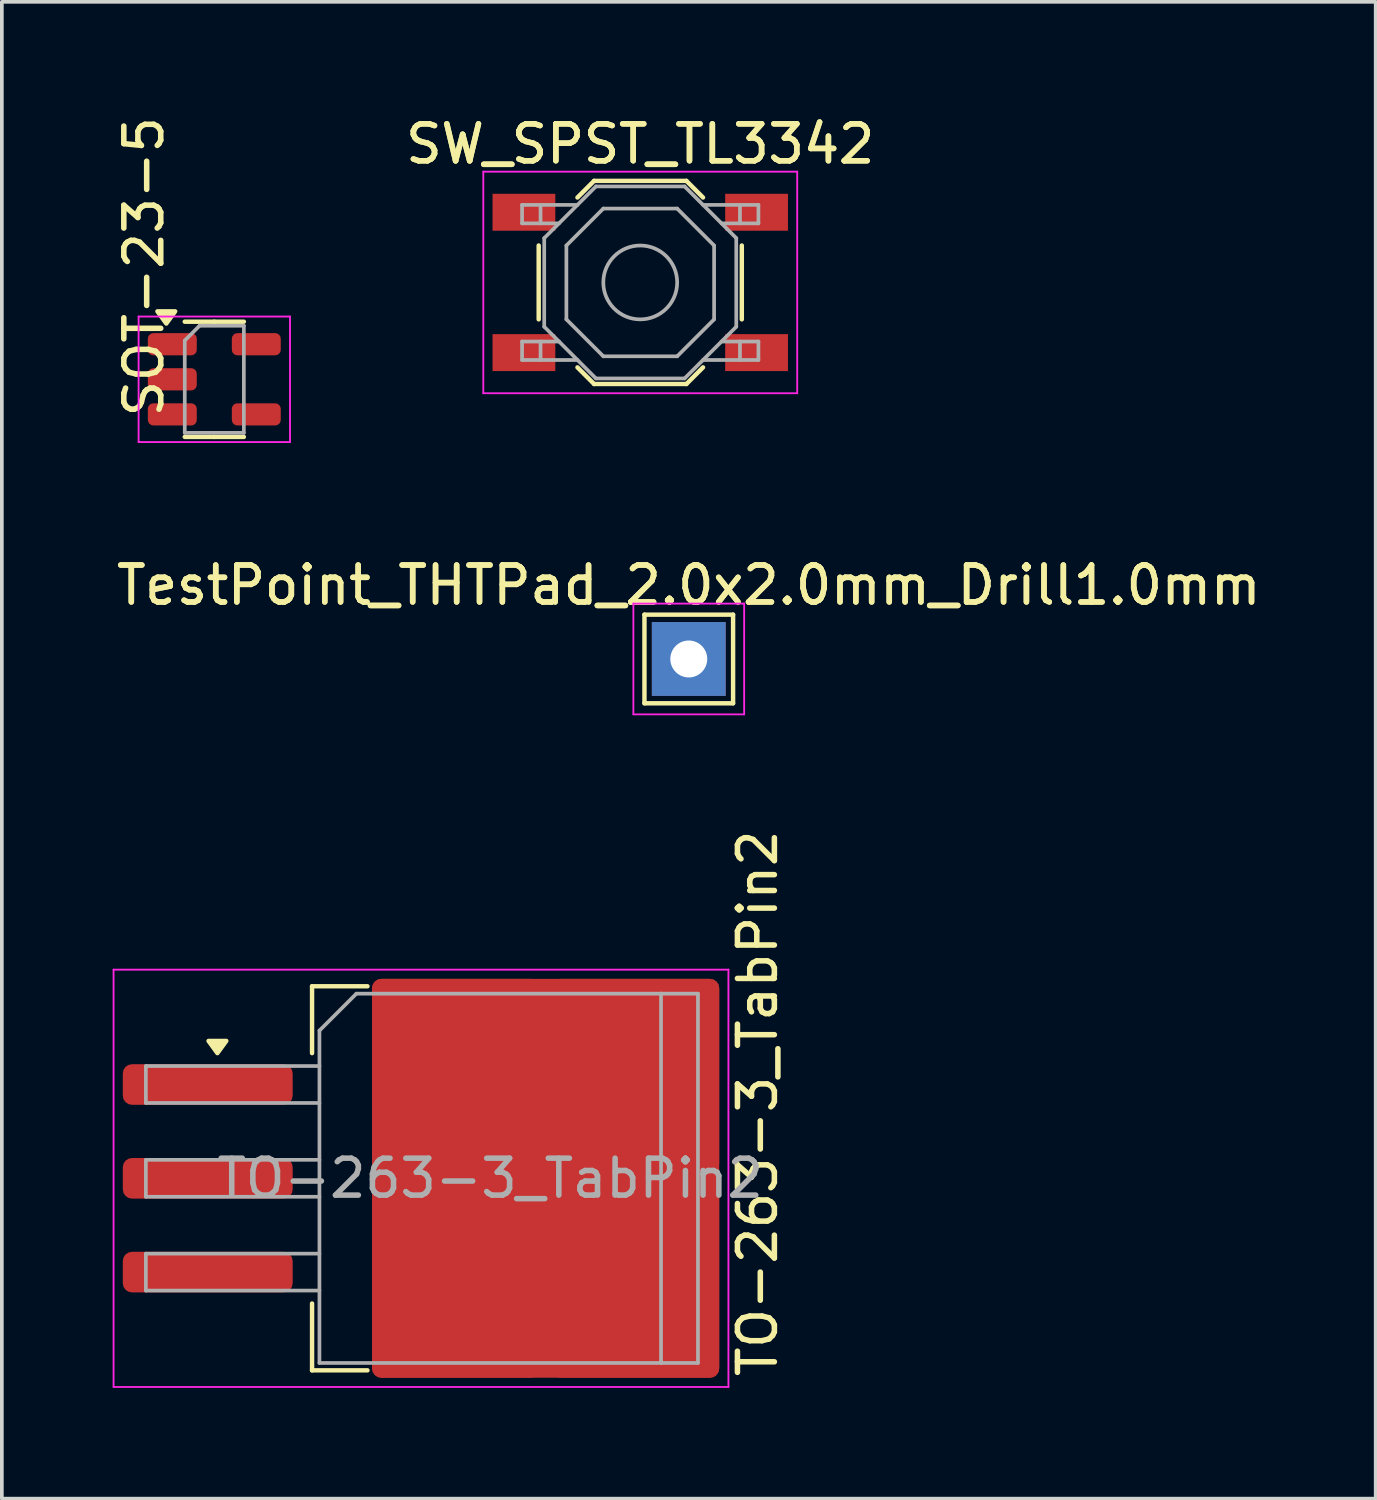
<source format=kicad_pcb>
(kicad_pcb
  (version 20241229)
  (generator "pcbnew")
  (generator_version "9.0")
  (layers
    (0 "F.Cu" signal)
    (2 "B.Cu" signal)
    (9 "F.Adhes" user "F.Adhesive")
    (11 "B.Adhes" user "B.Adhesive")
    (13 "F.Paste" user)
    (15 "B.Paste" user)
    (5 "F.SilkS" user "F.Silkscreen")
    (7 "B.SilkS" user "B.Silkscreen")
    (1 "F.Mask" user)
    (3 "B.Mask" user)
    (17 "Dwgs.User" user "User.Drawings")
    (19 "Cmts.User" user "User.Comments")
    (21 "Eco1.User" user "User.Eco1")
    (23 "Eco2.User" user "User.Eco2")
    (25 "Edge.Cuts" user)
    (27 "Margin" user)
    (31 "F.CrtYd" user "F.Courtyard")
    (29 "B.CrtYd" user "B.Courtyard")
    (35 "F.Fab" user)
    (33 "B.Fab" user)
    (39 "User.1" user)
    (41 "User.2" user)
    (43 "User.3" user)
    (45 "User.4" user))
  (footprint "SOT-23-5"
    (layer "F.Cu")
    (at 2.753 7.221)
    (property "Reference" "SOT-23-5" (at -1.905 -3.048 270) (layer "F.SilkS") (effects (font (size 1 1) (thickness 0.15))))
    (attr smd)
    (fp_line (start 0 -1.56) (end -0.8 -1.56) (stroke (width 0.12) (type solid)) (layer "F.SilkS"))
    (fp_line (start 0 -1.56) (end 0.8 -1.56) (stroke (width 0.12) (type solid)) (layer "F.SilkS"))
    (fp_line (start 0 1.56) (end -0.8 1.56) (stroke (width 0.12) (type solid)) (layer "F.SilkS"))
    (fp_line (start 0 1.56) (end 0.8 1.56) (stroke (width 0.12) (type solid)) (layer "F.SilkS"))
    (fp_poly (pts (xy -1.3 -1.51) (xy -1.54 -1.84) (xy -1.06 -1.84) (xy -1.3 -1.51)) (stroke (width 0.12) (type solid)) (fill yes) (layer "F.SilkS"))
    (fp_line (start -2.05 -1.7) (end -2.05 1.7) (stroke (width 0.05) (type solid)) (layer "F.CrtYd"))
    (fp_line (start -2.05 1.7) (end 2.05 1.7) (stroke (width 0.05) (type solid)) (layer "F.CrtYd"))
    (fp_line (start 2.05 -1.7) (end -2.05 -1.7) (stroke (width 0.05) (type solid)) (layer "F.CrtYd"))
    (fp_line (start 2.05 1.7) (end 2.05 -1.7) (stroke (width 0.05) (type solid)) (layer "F.CrtYd"))
    (fp_line (start -0.8 -1.05) (end -0.4 -1.45) (stroke (width 0.1) (type solid)) (layer "F.Fab"))
    (fp_line (start -0.8 1.45) (end -0.8 -1.05) (stroke (width 0.1) (type solid)) (layer "F.Fab"))
    (fp_line (start -0.4 -1.45) (end 0.8 -1.45) (stroke (width 0.1) (type solid)) (layer "F.Fab"))
    (fp_line (start 0.8 -1.45) (end 0.8 1.45) (stroke (width 0.1) (type solid)) (layer "F.Fab"))
    (fp_line (start 0.8 1.45) (end -0.8 1.45) (stroke (width 0.1) (type solid)) (layer "F.Fab"))
    (pad "1" smd roundrect (at -1.137 -0.95) (size 1.325 0.6) (layers "F.Cu" "F.Mask" "F.Paste") (roundrect_rratio 0.25))
    (pad "2" smd roundrect (at -1.137 0) (size 1.325 0.6) (layers "F.Cu" "F.Mask" "F.Paste") (roundrect_rratio 0.25))
    (pad "3" smd roundrect (at -1.137 0.95) (size 1.325 0.6) (layers "F.Cu" "F.Mask" "F.Paste") (roundrect_rratio 0.25))
    (pad "4" smd roundrect (at 1.137 0.95) (size 1.325 0.6) (layers "F.Cu" "F.Mask" "F.Paste") (roundrect_rratio 0.25))
    (pad "5" smd roundrect (at 1.137 -0.95) (size 1.325 0.6) (layers "F.Cu" "F.Mask" "F.Paste") (roundrect_rratio 0.25)))
  (footprint "TestPoint_THTPad_2.0x2.0mm_Drill1.0mm"
    (layer "F.Cu")
    (at 15.601 14.794)
    (property "Reference" "TestPoint_THTPad_2.0x2.0mm_Drill1.0mm" (at 0 -1.998 0) (layer "F.SilkS") (effects (font (size 1 1) (thickness 0.15))))
    (attr exclude_from_pos_files)
    (fp_line (start -1.2 -1.2) (end 1.2 -1.2) (stroke (width 0.12) (type solid)) (layer "F.SilkS"))
    (fp_line (start -1.2 1.2) (end -1.2 -1.2) (stroke (width 0.12) (type solid)) (layer "F.SilkS"))
    (fp_line (start 1.2 -1.2) (end 1.2 1.2) (stroke (width 0.12) (type solid)) (layer "F.SilkS"))
    (fp_line (start 1.2 1.2) (end -1.2 1.2) (stroke (width 0.12) (type solid)) (layer "F.SilkS"))
    (fp_line (start -1.5 -1.5) (end -1.5 1.5) (stroke (width 0.05) (type solid)) (layer "F.CrtYd"))
    (fp_line (start -1.5 -1.5) (end 1.5 -1.5) (stroke (width 0.05) (type solid)) (layer "F.CrtYd"))
    (fp_line (start 1.5 1.5) (end -1.5 1.5) (stroke (width 0.05) (type solid)) (layer "F.CrtYd"))
    (fp_line (start 1.5 1.5) (end 1.5 -1.5) (stroke (width 0.05) (type solid)) (layer "F.CrtYd"))
    (fp_text user "${REFERENCE}" (at 0 -2 0) (layer "F.SilkS") (effects (font (size 1 1) (thickness 0.15))))
    (pad "1" thru_hole rect (at 0 0) (size 2 2) (drill 1) (layers "*.Cu" "*.Mask")))
  (footprint "TO-263-3_TabPin2"
    (layer "F.Cu")
    (at 10.225 28.857)
    (property "Reference" "TO-263-3_TabPin2" (at 7.239 -2.032 270) (layer "F.SilkS") (effects (font (size 1 1) (thickness 0.15))))
    (attr smd)
    (fp_line (start -4.825 -5.2) (end -4.825 -3.39) (stroke (width 0.12) (type solid)) (layer "F.SilkS"))
    (fp_line (start -4.825 5.2) (end -4.825 3.39) (stroke (width 0.12) (type solid)) (layer "F.SilkS"))
    (fp_line (start -3.325 -5.2) (end -4.825 -5.2) (stroke (width 0.12) (type solid)) (layer "F.SilkS"))
    (fp_line (start -3.325 5.2) (end -4.825 5.2) (stroke (width 0.12) (type solid)) (layer "F.SilkS"))
    (fp_poly (pts (xy -7.388 -3.39) (xy -7.628 -3.72) (xy -7.147 -3.72) (xy -7.388 -3.39)) (stroke (width 0.12) (type solid)) (fill yes) (layer "F.SilkS"))
    (fp_line (start -10.2 -5.65) (end -10.2 5.65) (stroke (width 0.05) (type solid)) (layer "F.CrtYd"))
    (fp_line (start -10.2 5.65) (end 6.45 5.65) (stroke (width 0.05) (type solid)) (layer "F.CrtYd"))
    (fp_line (start 6.45 -5.65) (end -10.2 -5.65) (stroke (width 0.05) (type solid)) (layer "F.CrtYd"))
    (fp_line (start 6.45 5.65) (end 6.45 -5.65) (stroke (width 0.05) (type solid)) (layer "F.CrtYd"))
    (fp_line (start -9.325 -3.04) (end -9.325 -2.04) (stroke (width 0.1) (type solid)) (layer "F.Fab"))
    (fp_line (start -9.325 -2.04) (end -4.625 -2.04) (stroke (width 0.1) (type solid)) (layer "F.Fab"))
    (fp_line (start -9.325 -0.5) (end -9.325 0.5) (stroke (width 0.1) (type solid)) (layer "F.Fab"))
    (fp_line (start -9.325 0.5) (end -4.625 0.5) (stroke (width 0.1) (type solid)) (layer "F.Fab"))
    (fp_line (start -9.325 2.04) (end -9.325 3.04) (stroke (width 0.1) (type solid)) (layer "F.Fab"))
    (fp_line (start -9.325 3.04) (end -4.625 3.04) (stroke (width 0.1) (type solid)) (layer "F.Fab"))
    (fp_line (start -4.625 -4) (end -3.625 -5) (stroke (width 0.1) (type solid)) (layer "F.Fab"))
    (fp_line (start -4.625 -3.04) (end -9.325 -3.04) (stroke (width 0.1) (type solid)) (layer "F.Fab"))
    (fp_line (start -4.625 -0.5) (end -9.325 -0.5) (stroke (width 0.1) (type solid)) (layer "F.Fab"))
    (fp_line (start -4.625 2.04) (end -9.325 2.04) (stroke (width 0.1) (type solid)) (layer "F.Fab"))
    (fp_line (start -4.625 5) (end -4.625 -4) (stroke (width 0.1) (type solid)) (layer "F.Fab"))
    (fp_line (start -3.625 -5) (end 4.625 -5) (stroke (width 0.1) (type solid)) (layer "F.Fab"))
    (fp_line (start 4.625 -5) (end 4.625 5) (stroke (width 0.1) (type solid)) (layer "F.Fab"))
    (fp_line (start 4.625 -5) (end 5.625 -5) (stroke (width 0.1) (type solid)) (layer "F.Fab"))
    (fp_line (start 4.625 5) (end -4.625 5) (stroke (width 0.1) (type solid)) (layer "F.Fab"))
    (fp_line (start 5.625 -5) (end 5.625 5) (stroke (width 0.1) (type solid)) (layer "F.Fab"))
    (fp_line (start 5.625 5) (end 4.625 5) (stroke (width 0.1) (type solid)) (layer "F.Fab"))
    (fp_text user "${REFERENCE}" (at 0 0 180) (layer "F.Fab") (effects (font (size 1 1) (thickness 0.15))))
    (pad "1" smd roundrect (at -7.65 -2.54) (size 4.6 1.1) (layers "F.Cu" "F.Mask" "F.Paste") (roundrect_rratio 0.227))
    (pad "2" smd roundrect (at -7.65 0) (size 4.6 1.1) (layers "F.Cu" "F.Mask" "F.Paste") (roundrect_rratio 0.227))
    (pad "2" smd roundrect (at -0.925 -2.775) (size 4.55 5.25) (layers "F.Cu" "F.Paste") (roundrect_rratio 0.055))
    (pad "2" smd roundrect (at -0.925 2.775) (size 4.55 5.25) (layers "F.Cu" "F.Paste") (roundrect_rratio 0.055))
    (pad "2" smd roundrect (at 1.5 0) (size 9.4 10.8) (layers "F.Cu" "F.Mask") (roundrect_rratio 0.027))
    (pad "2" smd roundrect (at 3.925 -2.775) (size 4.55 5.25) (layers "F.Cu" "F.Paste") (roundrect_rratio 0.055))
    (pad "2" smd roundrect (at 3.925 2.775) (size 4.55 5.25) (layers "F.Cu" "F.Paste") (roundrect_rratio 0.055))
    (pad "3" smd roundrect (at -7.65 2.54) (size 4.6 1.1) (layers "F.Cu" "F.Mask" "F.Paste") (roundrect_rratio 0.227)))
  (footprint "SW_SPST_TL3342"
    (layer "F.Cu")
    (at 14.287 4.598)
    (property "Reference" "SW_SPST_TL3342" (at 0 -3.75 0) (layer "F.SilkS") (effects (font (size 1 1) (thickness 0.15))))
    (attr smd)
    (fp_line (start -2.75 -1) (end -2.75 1) (stroke (width 0.12) (type solid)) (layer "F.SilkS"))
    (fp_line (start -1.7 -2.3) (end -1.25 -2.75) (stroke (width 0.12) (type solid)) (layer "F.SilkS"))
    (fp_line (start -1.7 2.3) (end -1.25 2.75) (stroke (width 0.12) (type solid)) (layer "F.SilkS"))
    (fp_line (start -1.25 -2.75) (end 1.25 -2.75) (stroke (width 0.12) (type solid)) (layer "F.SilkS"))
    (fp_line (start -1.25 2.75) (end 1.25 2.75) (stroke (width 0.12) (type solid)) (layer "F.SilkS"))
    (fp_line (start 1.7 -2.3) (end 1.25 -2.75) (stroke (width 0.12) (type solid)) (layer "F.SilkS"))
    (fp_line (start 1.7 2.3) (end 1.25 2.75) (stroke (width 0.12) (type solid)) (layer "F.SilkS"))
    (fp_line (start 2.75 -1) (end 2.75 1) (stroke (width 0.12) (type solid)) (layer "F.SilkS"))
    (fp_line (start -4.25 -3) (end 4.25 -3) (stroke (width 0.05) (type solid)) (layer "F.CrtYd"))
    (fp_line (start -4.25 3) (end -4.25 -3) (stroke (width 0.05) (type solid)) (layer "F.CrtYd"))
    (fp_line (start 4.25 -3) (end 4.25 3) (stroke (width 0.05) (type solid)) (layer "F.CrtYd"))
    (fp_line (start 4.25 3) (end -4.25 3) (stroke (width 0.05) (type solid)) (layer "F.CrtYd"))
    (fp_line (start -3.2 -2.1) (end -3.2 -1.6) (stroke (width 0.1) (type solid)) (layer "F.Fab"))
    (fp_line (start -3.2 -1.6) (end -2.2 -1.6) (stroke (width 0.1) (type solid)) (layer "F.Fab"))
    (fp_line (start -3.2 1.6) (end -2.2 1.6) (stroke (width 0.1) (type solid)) (layer "F.Fab"))
    (fp_line (start -3.2 2.1) (end -3.2 1.6) (stroke (width 0.1) (type solid)) (layer "F.Fab"))
    (fp_line (start -2.7 -2.1) (end -2.7 -1.6) (stroke (width 0.1) (type solid)) (layer "F.Fab"))
    (fp_line (start -2.7 2.1) (end -2.7 1.6) (stroke (width 0.1) (type solid)) (layer "F.Fab"))
    (fp_line (start -2.6 -1.2) (end -2.6 1.2) (stroke (width 0.1) (type solid)) (layer "F.Fab"))
    (fp_line (start -2.6 1.2) (end -1.2 2.6) (stroke (width 0.1) (type solid)) (layer "F.Fab"))
    (fp_line (start -2 -1) (end -1 -2) (stroke (width 0.1) (type solid)) (layer "F.Fab"))
    (fp_line (start -2 1) (end -2 -1) (stroke (width 0.1) (type solid)) (layer "F.Fab"))
    (fp_line (start -1.7 -2.1) (end -3.2 -2.1) (stroke (width 0.1) (type solid)) (layer "F.Fab"))
    (fp_line (start -1.7 2.1) (end -3.2 2.1) (stroke (width 0.1) (type solid)) (layer "F.Fab"))
    (fp_line (start -1.2 -2.6) (end -2.6 -1.2) (stroke (width 0.1) (type solid)) (layer "F.Fab"))
    (fp_line (start -1.2 2.6) (end 1.2 2.6) (stroke (width 0.1) (type solid)) (layer "F.Fab"))
    (fp_line (start -1 -2) (end 1 -2) (stroke (width 0.1) (type solid)) (layer "F.Fab"))
    (fp_line (start -1 2) (end -2 1) (stroke (width 0.1) (type solid)) (layer "F.Fab"))
    (fp_line (start 1 -2) (end 2 -1) (stroke (width 0.1) (type solid)) (layer "F.Fab"))
    (fp_line (start 1 2) (end -1 2) (stroke (width 0.1) (type solid)) (layer "F.Fab"))
    (fp_line (start 1.2 -2.6) (end -1.2 -2.6) (stroke (width 0.1) (type solid)) (layer "F.Fab"))
    (fp_line (start 1.2 2.6) (end 2.6 1.2) (stroke (width 0.1) (type solid)) (layer "F.Fab"))
    (fp_line (start 1.7 -2.1) (end 3.2 -2.1) (stroke (width 0.1) (type solid)) (layer "F.Fab"))
    (fp_line (start 1.7 2.1) (end 3.2 2.1) (stroke (width 0.1) (type solid)) (layer "F.Fab"))
    (fp_line (start 2 -1) (end 2 1) (stroke (width 0.1) (type solid)) (layer "F.Fab"))
    (fp_line (start 2 1) (end 1 2) (stroke (width 0.1) (type solid)) (layer "F.Fab"))
    (fp_line (start 2.6 -1.2) (end 1.2 -2.6) (stroke (width 0.1) (type solid)) (layer "F.Fab"))
    (fp_line (start 2.6 1.2) (end 2.6 -1.2) (stroke (width 0.1) (type solid)) (layer "F.Fab"))
    (fp_line (start 2.7 -2.1) (end 2.7 -1.6) (stroke (width 0.1) (type solid)) (layer "F.Fab"))
    (fp_line (start 2.7 2.1) (end 2.7 1.6) (stroke (width 0.1) (type solid)) (layer "F.Fab"))
    (fp_line (start 3.2 -2.1) (end 3.2 -1.6) (stroke (width 0.1) (type solid)) (layer "F.Fab"))
    (fp_line (start 3.2 -1.6) (end 2.2 -1.6) (stroke (width 0.1) (type solid)) (layer "F.Fab"))
    (fp_line (start 3.2 1.6) (end 2.2 1.6) (stroke (width 0.1) (type solid)) (layer "F.Fab"))
    (fp_line (start 3.2 2.1) (end 3.2 1.6) (stroke (width 0.1) (type solid)) (layer "F.Fab"))
    (fp_circle (center 0 0) (end 1 0) (stroke (width 0.1) (type solid)) (fill no) (layer "F.Fab"))
    (fp_text user "${REFERENCE}" (at 0 -3.75 0) (layer "F.SilkS") (effects (font (size 1 1) (thickness 0.15))))
    (pad "1" smd rect (at -3.15 -1.9) (size 1.7 1) (layers "F.Cu" "F.Mask" "F.Paste"))
    (pad "1" smd rect (at 3.15 -1.9) (size 1.7 1) (layers "F.Cu" "F.Mask" "F.Paste"))
    (pad "2" smd rect (at -3.15 1.9) (size 1.7 1) (layers "F.Cu" "F.Mask" "F.Paste"))
    (pad "2" smd rect (at 3.15 1.9) (size 1.7 1) (layers "F.Cu" "F.Mask" "F.Paste")))
  (gr_rect
    (start -3 -3)
    (end 34.202 37.532)
    (stroke (width 0.1) (type default))
    (fill no)
    (layer "Edge.Cuts")))
</source>
